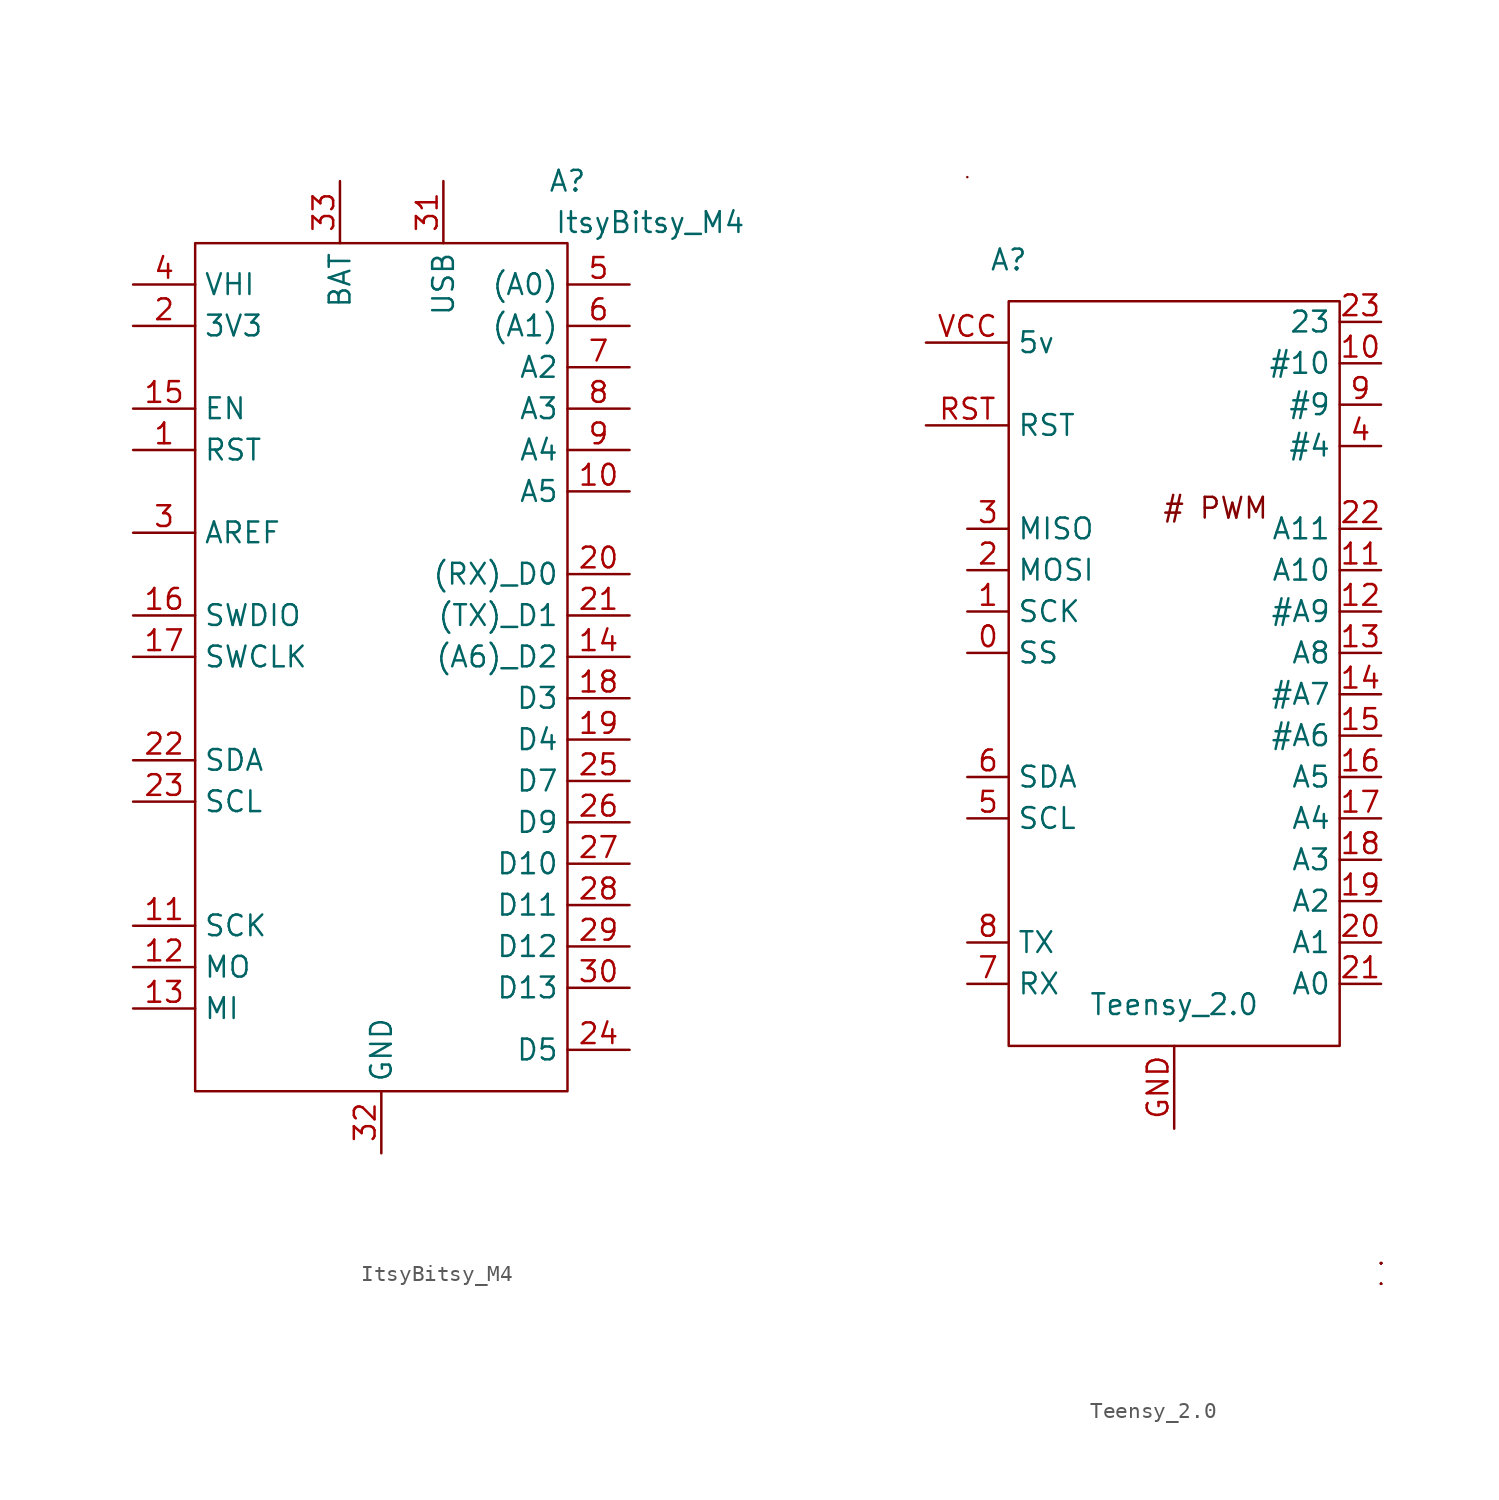
<source format=kicad_sym>
(kicad_symbol_lib
  (version 20211014)
  (generator kicad_symbol_editor)
  (symbol "ItsyBitsy_M4"
    (property "Reference" "A"
      (at 11.43 30.48 0)
      (effects (font (size 1.27 1.27))))
    (property "Value" "ItsyBitsy_M4"
      (at 16.51 27.94 0)
      (effects (font (size 1.27 1.27))))
    (symbol "ItsyBitsy_M4_0_1"
      (rectangle (start -11.43 26.67) (end 11.43 -25.4) (stroke (width 0.152) (type default) (color 0 0 0 0)) (fill (type none))))
    (symbol "ItsyBitsy_M4_1_1"
      (pin input line (at -15.24 13.97 0) (length 3.81) (name "RST" (effects (font (size 1.27 1.27)))) (number "1" (effects (font (size 1.27 1.27)))))
      (pin bidirectional line (at 15.24 11.43 180) (length 3.81) (name "A5" (effects (font (size 1.27 1.27)))) (number "10" (effects (font (size 1.27 1.27)))))
      (pin bidirectional line (at -15.24 -15.24 0) (length 3.81) (name "SCK" (effects (font (size 1.27 1.27)))) (number "11" (effects (font (size 1.27 1.27)))))
      (pin bidirectional line (at -15.24 -17.78 0) (length 3.81) (name "MO" (effects (font (size 1.27 1.27)))) (number "12" (effects (font (size 1.27 1.27)))))
      (pin bidirectional line (at -15.24 -20.32 0) (length 3.81) (name "MI" (effects (font (size 1.27 1.27)))) (number "13" (effects (font (size 1.27 1.27)))))
      (pin bidirectional line (at 15.24 1.27 180) (length 3.81) (name "(A6)_D2" (effects (font (size 1.27 1.27)))) (number "14" (effects (font (size 1.27 1.27)))))
      (pin bidirectional line (at -15.24 16.51 0) (length 3.81) (name "EN" (effects (font (size 1.27 1.27)))) (number "15" (effects (font (size 1.27 1.27)))))
      (pin bidirectional line (at -15.24 3.81 0) (length 3.81) (name "SWDIO" (effects (font (size 1.27 1.27)))) (number "16" (effects (font (size 1.27 1.27)))))
      (pin bidirectional line (at -15.24 1.27 0) (length 3.81) (name "SWCLK" (effects (font (size 1.27 1.27)))) (number "17" (effects (font (size 1.27 1.27)))))
      (pin bidirectional line (at 15.24 -1.27 180) (length 3.81) (name "D3" (effects (font (size 1.27 1.27)))) (number "18" (effects (font (size 1.27 1.27)))))
      (pin bidirectional line (at 15.24 -3.81 180) (length 3.81) (name "D4" (effects (font (size 1.27 1.27)))) (number "19" (effects (font (size 1.27 1.27)))))
      (pin power_out line (at -15.24 21.59 0) (length 3.81) (name "3V3" (effects (font (size 1.27 1.27)))) (number "2" (effects (font (size 1.27 1.27)))))
      (pin bidirectional line (at 15.24 6.35 180) (length 3.81) (name "(RX)_D0" (effects (font (size 1.27 1.27)))) (number "20" (effects (font (size 1.27 1.27)))))
      (pin bidirectional line (at 15.24 3.81 180) (length 3.81) (name "(TX)_D1" (effects (font (size 1.27 1.27)))) (number "21" (effects (font (size 1.27 1.27)))))
      (pin bidirectional line (at -15.24 -5.08 0) (length 3.81) (name "SDA" (effects (font (size 1.27 1.27)))) (number "22" (effects (font (size 1.27 1.27)))))
      (pin bidirectional line (at -15.24 -7.62 0) (length 3.81) (name "SCL" (effects (font (size 1.27 1.27)))) (number "23" (effects (font (size 1.27 1.27)))))
      (pin output line (at 15.24 -22.86 180) (length 3.81) (name "D5" (effects (font (size 1.27 1.27)))) (number "24" (effects (font (size 1.27 1.27)))))
      (pin bidirectional line (at 15.24 -6.35 180) (length 3.81) (name "D7" (effects (font (size 1.27 1.27)))) (number "25" (effects (font (size 1.27 1.27)))))
      (pin bidirectional line (at 15.24 -8.89 180) (length 3.81) (name "D9" (effects (font (size 1.27 1.27)))) (number "26" (effects (font (size 1.27 1.27)))))
      (pin bidirectional line (at 15.24 -11.43 180) (length 3.81) (name "D10" (effects (font (size 1.27 1.27)))) (number "27" (effects (font (size 1.27 1.27)))))
      (pin bidirectional line (at 15.24 -13.97 180) (length 3.81) (name "D11" (effects (font (size 1.27 1.27)))) (number "28" (effects (font (size 1.27 1.27)))))
      (pin bidirectional line (at 15.24 -16.51 180) (length 3.81) (name "D12" (effects (font (size 1.27 1.27)))) (number "29" (effects (font (size 1.27 1.27)))))
      (pin input line (at -15.24 8.89 0) (length 3.81) (name "AREF" (effects (font (size 1.27 1.27)))) (number "3" (effects (font (size 1.27 1.27)))))
      (pin bidirectional line (at 15.24 -19.05 180) (length 3.81) (name "D13" (effects (font (size 1.27 1.27)))) (number "30" (effects (font (size 1.27 1.27)))))
      (pin power_in line (at 3.81 30.48 270) (length 3.81) (name "USB" (effects (font (size 1.27 1.27)))) (number "31" (effects (font (size 1.27 1.27)))))
      (pin power_in line (at 0 -29.21 90) (length 3.81) (name "GND" (effects (font (size 1.27 1.27)))) (number "32" (effects (font (size 1.27 1.27)))))
      (pin power_in line (at -2.54 30.48 270) (length 3.81) (name "BAT" (effects (font (size 1.27 1.27)))) (number "33" (effects (font (size 1.27 1.27)))))
      (pin power_out line (at -15.24 24.13 0) (length 3.81) (name "VHI" (effects (font (size 1.27 1.27)))) (number "4" (effects (font (size 1.27 1.27)))))
      (pin bidirectional line (at 15.24 24.13 180) (length 3.81) (name "(A0)" (effects (font (size 1.27 1.27)))) (number "5" (effects (font (size 1.27 1.27)))))
      (pin bidirectional line (at 15.24 21.59 180) (length 3.81) (name "(A1)" (effects (font (size 1.27 1.27)))) (number "6" (effects (font (size 1.27 1.27)))))
      (pin bidirectional line (at 15.24 19.05 180) (length 3.81) (name "A2" (effects (font (size 1.27 1.27)))) (number "7" (effects (font (size 1.27 1.27)))))
      (pin bidirectional line (at 15.24 16.51 180) (length 3.81) (name "A3" (effects (font (size 1.27 1.27)))) (number "8" (effects (font (size 1.27 1.27)))))
      (pin bidirectional line (at 15.24 13.97 180) (length 3.81) (name "A4" (effects (font (size 1.27 1.27)))) (number "9" (effects (font (size 1.27 1.27)))))))
  (symbol "Teensy_2.0"
    (property "Reference" "A"
      (at -10.16 48.26 0)
      (effects (font (size 1.27 1.27))))
    (property "Value" "Teensy_2.0"
      (at 0 2.54 0)
      (effects (font (size 1.27 1.27))))
    (symbol "Teensy_2.0_0_0"
      (rectangle (start -12.7 53.34) (end -12.7 53.34) (stroke (width 0.152) (type default) (color 0 0 0 0)) (fill (type none)))
      (rectangle (start -10.16 45.72) (end 10.16 0) (stroke (width 0.152) (type default) (color 0 0 0 0)) (fill (type none)))
      (rectangle (start 12.7 -14.605) (end 12.7 -14.605) (stroke (width 0.152) (type default) (color 0 0 0 0)) (fill (type none)))
      (rectangle (start 12.7 -14.605) (end 12.7 -14.605) (stroke (width 0.152) (type default) (color 0 0 0 0)) (fill (type none)))
      (rectangle (start 12.7 -14.605) (end 12.7 -14.605) (stroke (width 0.152) (type default) (color 0 0 0 0)) (fill (type none)))
      (rectangle (start 12.7 -14.605) (end 12.7 -14.605) (stroke (width 0.152) (type default) (color 0 0 0 0)) (fill (type none)))
      (rectangle (start 12.7 -14.605) (end 12.7 -14.605) (stroke (width 0.152) (type default) (color 0 0 0 0)) (fill (type none)))
      (rectangle (start 12.7 -14.605) (end 12.7 -14.605) (stroke (width 0.152) (type default) (color 0 0 0 0)) (fill (type none)))
      (rectangle (start 12.7 -13.335) (end 12.7 -13.335) (stroke (width 0.152) (type default) (color 0 0 0 0)) (fill (type none)))
      (rectangle (start 12.7 -13.335) (end 12.7 -13.335) (stroke (width 0.152) (type default) (color 0 0 0 0)) (fill (type none)))
      (rectangle (start 12.7 -13.335) (end 12.7 -13.335) (stroke (width 0.152) (type default) (color 0 0 0 0)) (fill (type none)))
      (rectangle (start 12.7 -13.335) (end 12.7 -13.335) (stroke (width 0.152) (type default) (color 0 0 0 0)) (fill (type none)))
      (rectangle (start 12.7 -13.335) (end 12.7 -13.335) (stroke (width 0.152) (type default) (color 0 0 0 0)) (fill (type none)))
      (rectangle (start 12.7 -13.335) (end 12.7 -13.335) (stroke (width 0.152) (type default) (color 0 0 0 0)) (fill (type none)))
      (rectangle (start 12.7 -13.335) (end 12.7 -13.335) (stroke (width 0.152) (type default) (color 0 0 0 0)) (fill (type none)))
      (rectangle (start 12.7 -13.335) (end 12.7 -13.335) (stroke (width 0.152) (type default) (color 0 0 0 0)) (fill (type none)))
      (rectangle (start 12.7 -13.335) (end 12.7 -13.335) (stroke (width 0.152) (type default) (color 0 0 0 0)) (fill (type none)))
      (rectangle (start 12.7 -13.335) (end 12.7 -13.335) (stroke (width 0.152) (type default) (color 0 0 0 0)) (fill (type none)))
      (rectangle (start 12.7 -13.335) (end 12.7 -13.335) (stroke (width 0.152) (type default) (color 0 0 0 0)) (fill (type none)))
      (text "# PWM" (at 2.54 33.02 0) (effects (font (size 1.27 1.27)))))
    (symbol "Teensy_2.0_1_1"
      (pin bidirectional line (at -12.7 24.13 0) (length 2.54) (name "SS" (effects (font (size 1.27 1.27)))) (number "0" (effects (font (size 1.27 1.27)))))
      (pin power_out line (at -12.7 26.67 0) (length 2.54) (name "SCK" (effects (font (size 1.27 1.27)))) (number "1" (effects (font (size 1.27 1.27)))))
      (pin bidirectional line (at 12.7 41.91 180) (length 2.54) (name "#10" (effects (font (size 1.27 1.27)))) (number "10" (effects (font (size 1.27 1.27)))))
      (pin bidirectional line (at 12.7 29.21 180) (length 2.54) (name "A10" (effects (font (size 1.27 1.27)))) (number "11" (effects (font (size 1.27 1.27)))))
      (pin bidirectional line (at 12.7 26.67 180) (length 2.54) (name "#A9" (effects (font (size 1.27 1.27)))) (number "12" (effects (font (size 1.27 1.27)))))
      (pin bidirectional line (at 12.7 24.13 180) (length 2.54) (name "A8" (effects (font (size 1.27 1.27)))) (number "13" (effects (font (size 1.27 1.27)))))
      (pin bidirectional line (at 12.7 21.59 180) (length 2.54) (name "#A7" (effects (font (size 1.27 1.27)))) (number "14" (effects (font (size 1.27 1.27)))))
      (pin bidirectional line (at 12.7 19.05 180) (length 2.54) (name "#A6" (effects (font (size 1.27 1.27)))) (number "15" (effects (font (size 1.27 1.27)))))
      (pin bidirectional line (at 12.7 16.51 180) (length 2.54) (name "A5" (effects (font (size 1.27 1.27)))) (number "16" (effects (font (size 1.27 1.27)))))
      (pin bidirectional line (at 12.7 13.97 180) (length 2.54) (name "A4" (effects (font (size 1.27 1.27)))) (number "17" (effects (font (size 1.27 1.27)))))
      (pin bidirectional line (at 12.7 11.43 180) (length 2.54) (name "A3" (effects (font (size 1.27 1.27)))) (number "18" (effects (font (size 1.27 1.27)))))
      (pin bidirectional line (at 12.7 8.89 180) (length 2.54) (name "A2" (effects (font (size 1.27 1.27)))) (number "19" (effects (font (size 1.27 1.27)))))
      (pin power_out line (at -12.7 29.21 0) (length 2.54) (name "MOSI" (effects (font (size 1.27 1.27)))) (number "2" (effects (font (size 1.27 1.27)))))
      (pin bidirectional line (at 12.7 6.35 180) (length 2.54) (name "A1" (effects (font (size 1.27 1.27)))) (number "20" (effects (font (size 1.27 1.27)))))
      (pin bidirectional line (at 12.7 3.81 180) (length 2.54) (name "A0" (effects (font (size 1.27 1.27)))) (number "21" (effects (font (size 1.27 1.27)))))
      (pin bidirectional line (at 12.7 31.75 180) (length 2.54) (name "A11" (effects (font (size 1.27 1.27)))) (number "22" (effects (font (size 1.27 1.27)))))
      (pin bidirectional line (at 12.7 44.45 180) (length 2.54) (name "23" (effects (font (size 1.27 1.27)))) (number "23" (effects (font (size 1.27 1.27)))))
      (pin bidirectional line (at -12.7 31.75 0) (length 2.54) (name "MISO" (effects (font (size 1.27 1.27)))) (number "3" (effects (font (size 1.27 1.27)))))
      (pin bidirectional line (at 12.7 36.83 180) (length 2.54) (name "#4" (effects (font (size 1.27 1.27)))) (number "4" (effects (font (size 1.27 1.27)))))
      (pin bidirectional line (at -12.7 13.97 0) (length 2.54) (name "SCL" (effects (font (size 1.27 1.27)))) (number "5" (effects (font (size 1.27 1.27)))))
      (pin bidirectional line (at -12.7 16.51 0) (length 2.54) (name "SDA" (effects (font (size 1.27 1.27)))) (number "6" (effects (font (size 1.27 1.27)))))
      (pin bidirectional line (at -12.7 3.81 0) (length 2.54) (name "RX" (effects (font (size 1.27 1.27)))) (number "7" (effects (font (size 1.27 1.27)))))
      (pin bidirectional line (at -12.7 6.35 0) (length 2.54) (name "TX" (effects (font (size 1.27 1.27)))) (number "8" (effects (font (size 1.27 1.27)))))
      (pin bidirectional line (at 12.7 39.37 180) (length 2.54) (name "#9" (effects (font (size 1.27 1.27)))) (number "9" (effects (font (size 1.27 1.27)))))
      (pin power_in line (at 0 -5.08 90) (length 5.08) (name "" (effects (font (size 1.27 1.27)))) (number "GND" (effects (font (size 1.27 1.27)))))
      (pin bidirectional line (at -15.24 38.1 0) (length 5.08) (name "RST" (effects (font (size 1.27 1.27)))) (number "RST" (effects (font (size 1.27 1.27)))))
      (pin power_out line (at -15.24 43.18 0) (length 5.08) (name "5v" (effects (font (size 1.27 1.27)))) (number "VCC" (effects (font (size 1.27 1.27))))))))
</source>
